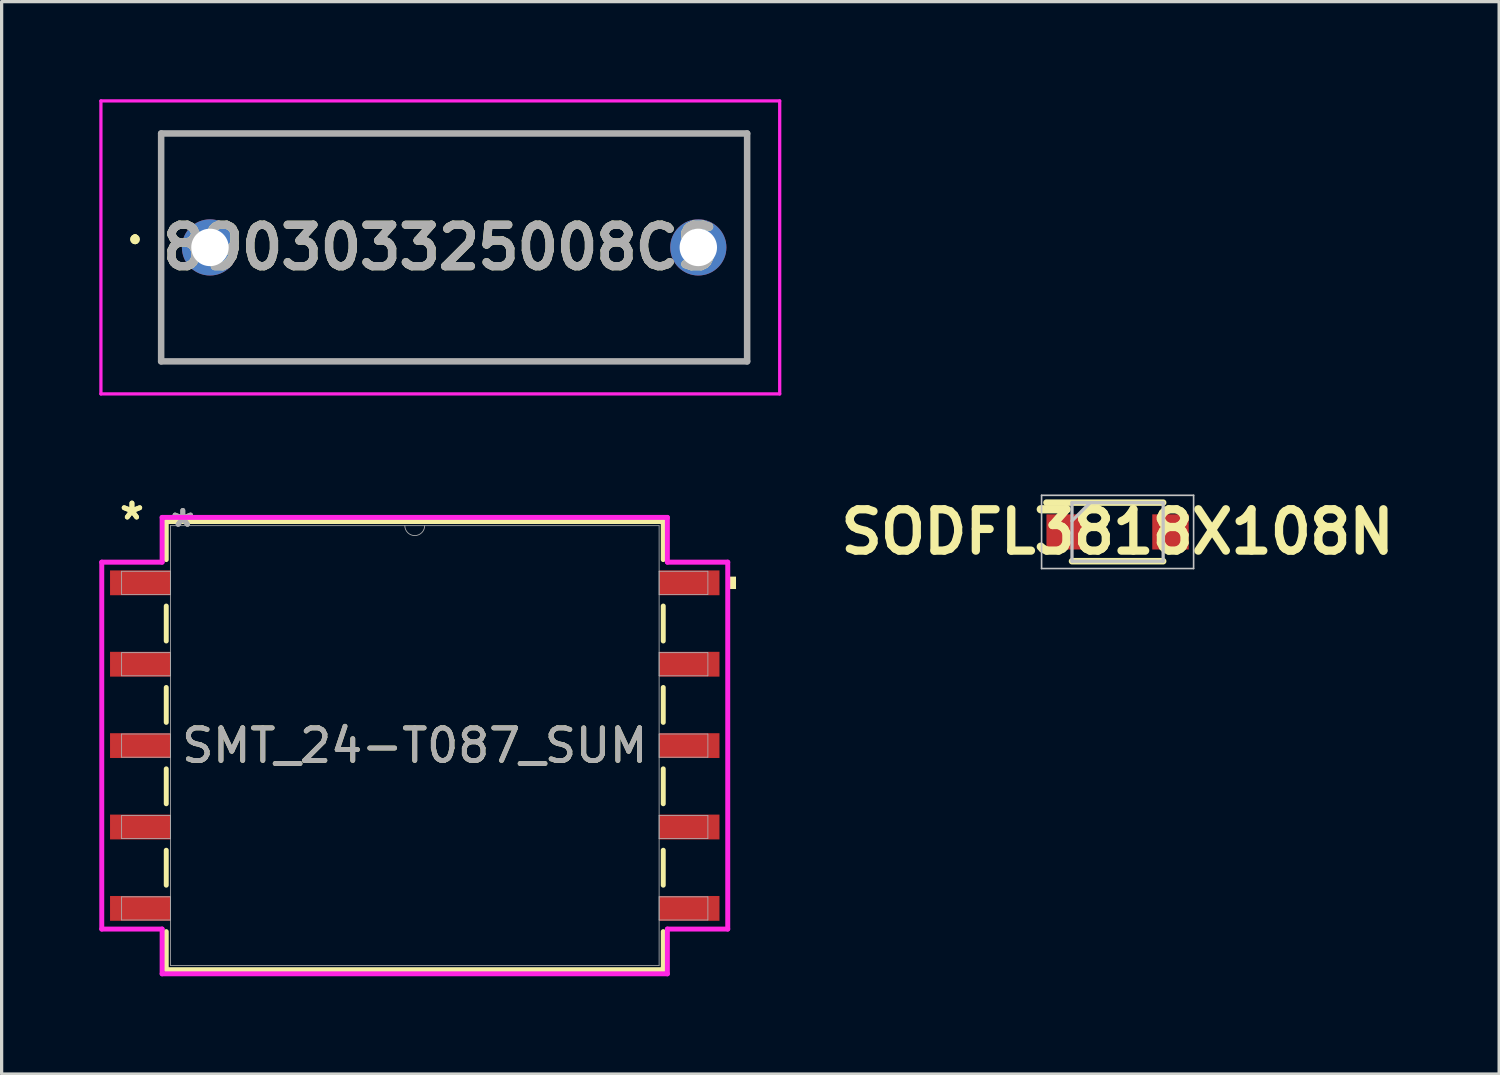
<source format=kicad_pcb>
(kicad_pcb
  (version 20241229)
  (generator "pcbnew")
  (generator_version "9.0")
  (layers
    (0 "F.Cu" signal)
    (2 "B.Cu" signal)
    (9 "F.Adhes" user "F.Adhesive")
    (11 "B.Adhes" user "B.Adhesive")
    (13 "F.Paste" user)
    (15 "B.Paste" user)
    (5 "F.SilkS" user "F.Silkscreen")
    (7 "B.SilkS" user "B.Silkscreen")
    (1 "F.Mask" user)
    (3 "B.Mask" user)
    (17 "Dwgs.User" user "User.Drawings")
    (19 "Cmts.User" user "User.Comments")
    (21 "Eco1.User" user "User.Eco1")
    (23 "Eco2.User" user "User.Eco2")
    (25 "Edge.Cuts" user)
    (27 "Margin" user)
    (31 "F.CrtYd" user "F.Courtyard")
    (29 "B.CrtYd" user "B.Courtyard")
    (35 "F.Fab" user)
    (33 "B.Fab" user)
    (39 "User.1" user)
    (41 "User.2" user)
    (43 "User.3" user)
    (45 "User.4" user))
  (footprint "890303325008CS"
    (layer "F.Cu")
    (at 3.4 4.55)
    (property "Reference" "890303325008CS" (at 7.075 0 0) (layer "F.SilkS") (effects (font (size 1.27 1.27) (thickness 0.254))))
    (attr through_hole)
    (fp_line (start -2.3 -0.3) (end -2.3 -0.3) (stroke (width 0.2) (type solid)) (layer "F.SilkS"))
    (fp_line (start -2.3 -0.3) (end -2.3 -0.3) (stroke (width 0.2) (type solid)) (layer "F.SilkS"))
    (fp_line (start -2.3 -0.2) (end -2.3 -0.2) (stroke (width 0.2) (type solid)) (layer "F.SilkS"))
    (fp_line (start -1.5 -3.5) (end 16.5 -3.5) (stroke (width 0.1) (type solid)) (layer "F.SilkS"))
    (fp_line (start -1.5 3.5) (end -1.5 -3.5) (stroke (width 0.1) (type solid)) (layer "F.SilkS"))
    (fp_line (start 16.5 -3.5) (end 16.5 3.5) (stroke (width 0.1) (type solid)) (layer "F.SilkS"))
    (fp_line (start 16.5 3.5) (end -1.5 3.5) (stroke (width 0.1) (type solid)) (layer "F.SilkS"))
    (fp_arc (start -2.3 -0.3) (mid -2.25 -0.25) (end -2.3 -0.2) (stroke (width 0.2) (type solid)) (layer "F.SilkS"))
    (fp_arc (start -2.3 -0.2) (mid -2.35 -0.25) (end -2.3 -0.3) (stroke (width 0.2) (type solid)) (layer "F.SilkS"))
    (fp_arc (start -2.3 -0.2) (mid -2.35 -0.25) (end -2.3 -0.3) (stroke (width 0.2) (type solid)) (layer "F.SilkS"))
    (fp_line (start -3.35 -4.5) (end 17.5 -4.5) (stroke (width 0.1) (type solid)) (layer "F.CrtYd"))
    (fp_line (start -3.35 4.5) (end -3.35 -4.5) (stroke (width 0.1) (type solid)) (layer "F.CrtYd"))
    (fp_line (start 17.5 -4.5) (end 17.5 4.5) (stroke (width 0.1) (type solid)) (layer "F.CrtYd"))
    (fp_line (start 17.5 4.5) (end -3.35 4.5) (stroke (width 0.1) (type solid)) (layer "F.CrtYd"))
    (fp_line (start -1.5 -3.5) (end 16.5 -3.5) (stroke (width 0.2) (type solid)) (layer "F.Fab"))
    (fp_line (start -1.5 3.5) (end -1.5 -3.5) (stroke (width 0.2) (type solid)) (layer "F.Fab"))
    (fp_line (start 16.5 -3.5) (end 16.5 3.5) (stroke (width 0.2) (type solid)) (layer "F.Fab"))
    (fp_line (start 16.5 3.5) (end -1.5 3.5) (stroke (width 0.2) (type solid)) (layer "F.Fab"))
    (fp_text user "${REFERENCE}" (at 7.075 0 0) (layer "F.Fab") (effects (font (size 1.27 1.27) (thickness 0.254))))
    (pad "1" thru_hole circle (at 0 0) (size 1.725 1.725) (drill 1.15) (layers "*.Cu" "*.Mask"))
    (pad "2" thru_hole circle (at 15 0) (size 1.725 1.725) (drill 1.15) (layers "*.Cu" "*.Mask")))
  (footprint "SODFL3818X108N"
    (layer "F.Cu")
    (at 31.279 13.289)
    (property "Reference" "SODFL3818X108N" (at 0 0 0) (unlocked yes) (layer "F.SilkS") (effects (font (size 1.27 1.27) (thickness 0.254))))
    (attr smd)
    (fp_line (start -2.185 -0.9) (end 1.4 -0.9) (stroke (width 0.2) (type solid)) (layer "F.SilkS"))
    (fp_line (start -1.4 0.9) (end 1.4 0.9) (stroke (width 0.2) (type solid)) (layer "F.SilkS"))
    (fp_line (start -2.335 -1.125) (end 2.335 -1.125) (stroke (width 0.05) (type solid)) (layer "Dwgs.User"))
    (fp_line (start -2.335 1.125) (end -2.335 -1.125) (stroke (width 0.05) (type solid)) (layer "Dwgs.User"))
    (fp_line (start -1.4 -0.9) (end 1.4 -0.9) (stroke (width 0.1) (type solid)) (layer "Dwgs.User"))
    (fp_line (start -1.4 -0.34) (end -0.84 -0.9) (stroke (width 0.1) (type solid)) (layer "Dwgs.User"))
    (fp_line (start -1.4 0.9) (end -1.4 -0.9) (stroke (width 0.1) (type solid)) (layer "Dwgs.User"))
    (fp_line (start 1.4 -0.9) (end 1.4 0.9) (stroke (width 0.1) (type solid)) (layer "Dwgs.User"))
    (fp_line (start 1.4 0.9) (end -1.4 0.9) (stroke (width 0.1) (type solid)) (layer "Dwgs.User"))
    (fp_line (start 2.335 -1.125) (end 2.335 1.125) (stroke (width 0.05) (type solid)) (layer "Dwgs.User"))
    (fp_line (start 2.335 1.125) (end -2.335 1.125) (stroke (width 0.05) (type solid)) (layer "Dwgs.User"))
    (pad "1" smd rect (at -1.625 0 90) (size 1.08 1.12) (layers "F.Cu" "F.Mask" "F.Paste"))
    (pad "2" smd rect (at 1.625 0 90) (size 1.08 1.12) (layers "F.Cu" "F.Mask" "F.Paste")))
  (footprint "SMT_24-T087_SUM"
    (layer "F.Cu")
    (at 9.69 19.853)
    (property "Reference" "SMT_24-T087_SUM" (at 0 0 0) (unlocked yes) (layer "F.SilkS") (effects (font (size 1 1) (thickness 0.15))))
    (attr smd)
    (fp_line (start -7.633 -6.883) (end -7.633 -5.714) (stroke (width 0.152) (type solid)) (layer "F.SilkS"))
    (fp_line (start -7.633 -4.287) (end -7.633 -3.214) (stroke (width 0.152) (type solid)) (layer "F.SilkS"))
    (fp_line (start -7.633 -1.786) (end -7.633 -0.714) (stroke (width 0.152) (type solid)) (layer "F.SilkS"))
    (fp_line (start -7.633 0.714) (end -7.633 1.786) (stroke (width 0.152) (type solid)) (layer "F.SilkS"))
    (fp_line (start -7.633 3.214) (end -7.633 4.287) (stroke (width 0.152) (type solid)) (layer "F.SilkS"))
    (fp_line (start -7.633 5.714) (end -7.633 6.883) (stroke (width 0.152) (type solid)) (layer "F.SilkS"))
    (fp_line (start -7.633 6.883) (end 7.633 6.883) (stroke (width 0.152) (type solid)) (layer "F.SilkS"))
    (fp_line (start 7.633 -6.883) (end -7.633 -6.883) (stroke (width 0.152) (type solid)) (layer "F.SilkS"))
    (fp_line (start 7.633 -5.714) (end 7.633 -6.883) (stroke (width 0.152) (type solid)) (layer "F.SilkS"))
    (fp_line (start 7.633 -3.214) (end 7.633 -4.287) (stroke (width 0.152) (type solid)) (layer "F.SilkS"))
    (fp_line (start 7.633 -0.714) (end 7.633 -1.786) (stroke (width 0.152) (type solid)) (layer "F.SilkS"))
    (fp_line (start 7.633 1.786) (end 7.633 0.714) (stroke (width 0.152) (type solid)) (layer "F.SilkS"))
    (fp_line (start 7.633 4.287) (end 7.633 3.214) (stroke (width 0.152) (type solid)) (layer "F.SilkS"))
    (fp_line (start 7.633 6.883) (end 7.633 5.714) (stroke (width 0.152) (type solid)) (layer "F.SilkS"))
    (fp_poly (pts (xy 9.868 -5.191) (xy 9.868 -4.81) (xy 9.614 -4.81) (xy 9.614 -5.191)) (stroke (width 0) (type solid)) (fill yes) (layer "F.SilkS"))
    (fp_line (start -9.614 -5.635) (end -7.76 -5.635) (stroke (width 0.152) (type solid)) (layer "F.CrtYd"))
    (fp_line (start -9.614 5.635) (end -9.614 -5.635) (stroke (width 0.152) (type solid)) (layer "F.CrtYd"))
    (fp_line (start -9.614 5.635) (end -7.76 5.635) (stroke (width 0.152) (type solid)) (layer "F.CrtYd"))
    (fp_line (start -7.76 -7.01) (end 7.76 -7.01) (stroke (width 0.152) (type solid)) (layer "F.CrtYd"))
    (fp_line (start -7.76 -5.635) (end -7.76 -7.01) (stroke (width 0.152) (type solid)) (layer "F.CrtYd"))
    (fp_line (start -7.76 7.01) (end -7.76 5.635) (stroke (width 0.152) (type solid)) (layer "F.CrtYd"))
    (fp_line (start 7.76 -7.01) (end 7.76 -5.635) (stroke (width 0.152) (type solid)) (layer "F.CrtYd"))
    (fp_line (start 7.76 5.635) (end 7.76 7.01) (stroke (width 0.152) (type solid)) (layer "F.CrtYd"))
    (fp_line (start 7.76 7.01) (end -7.76 7.01) (stroke (width 0.152) (type solid)) (layer "F.CrtYd"))
    (fp_line (start 9.614 -5.635) (end 7.76 -5.635) (stroke (width 0.152) (type solid)) (layer "F.CrtYd"))
    (fp_line (start 9.614 -5.635) (end 9.614 5.635) (stroke (width 0.152) (type solid)) (layer "F.CrtYd"))
    (fp_line (start 9.614 5.635) (end 7.76 5.635) (stroke (width 0.152) (type solid)) (layer "F.CrtYd"))
    (fp_line (start -9.004 -5.356) (end -9.004 -4.645) (stroke (width 0.025) (type solid)) (layer "F.Fab"))
    (fp_line (start -9.004 -4.645) (end -7.506 -4.645) (stroke (width 0.025) (type solid)) (layer "F.Fab"))
    (fp_line (start -9.004 -2.856) (end -9.004 -2.145) (stroke (width 0.025) (type solid)) (layer "F.Fab"))
    (fp_line (start -9.004 -2.145) (end -7.506 -2.145) (stroke (width 0.025) (type solid)) (layer "F.Fab"))
    (fp_line (start -9.004 -0.356) (end -9.004 0.356) (stroke (width 0.025) (type solid)) (layer "F.Fab"))
    (fp_line (start -9.004 0.356) (end -7.506 0.356) (stroke (width 0.025) (type solid)) (layer "F.Fab"))
    (fp_line (start -9.004 2.145) (end -9.004 2.856) (stroke (width 0.025) (type solid)) (layer "F.Fab"))
    (fp_line (start -9.004 2.856) (end -7.506 2.856) (stroke (width 0.025) (type solid)) (layer "F.Fab"))
    (fp_line (start -9.004 4.645) (end -9.004 5.356) (stroke (width 0.025) (type solid)) (layer "F.Fab"))
    (fp_line (start -9.004 5.356) (end -7.506 5.356) (stroke (width 0.025) (type solid)) (layer "F.Fab"))
    (fp_line (start -7.506 -6.756) (end -7.506 6.756) (stroke (width 0.025) (type solid)) (layer "F.Fab"))
    (fp_line (start -7.506 -5.356) (end -9.004 -5.356) (stroke (width 0.025) (type solid)) (layer "F.Fab"))
    (fp_line (start -7.506 -4.645) (end -7.506 -5.356) (stroke (width 0.025) (type solid)) (layer "F.Fab"))
    (fp_line (start -7.506 -2.856) (end -9.004 -2.856) (stroke (width 0.025) (type solid)) (layer "F.Fab"))
    (fp_line (start -7.506 -2.145) (end -7.506 -2.856) (stroke (width 0.025) (type solid)) (layer "F.Fab"))
    (fp_line (start -7.506 -0.356) (end -9.004 -0.356) (stroke (width 0.025) (type solid)) (layer "F.Fab"))
    (fp_line (start -7.506 0.356) (end -7.506 -0.356) (stroke (width 0.025) (type solid)) (layer "F.Fab"))
    (fp_line (start -7.506 2.145) (end -9.004 2.145) (stroke (width 0.025) (type solid)) (layer "F.Fab"))
    (fp_line (start -7.506 2.856) (end -7.506 2.145) (stroke (width 0.025) (type solid)) (layer "F.Fab"))
    (fp_line (start -7.506 4.645) (end -9.004 4.645) (stroke (width 0.025) (type solid)) (layer "F.Fab"))
    (fp_line (start -7.506 5.356) (end -7.506 4.645) (stroke (width 0.025) (type solid)) (layer "F.Fab"))
    (fp_line (start -7.506 6.756) (end 7.506 6.756) (stroke (width 0.025) (type solid)) (layer "F.Fab"))
    (fp_line (start 7.506 -6.756) (end -7.506 -6.756) (stroke (width 0.025) (type solid)) (layer "F.Fab"))
    (fp_line (start 7.506 -5.356) (end 7.506 -4.645) (stroke (width 0.025) (type solid)) (layer "F.Fab"))
    (fp_line (start 7.506 -4.645) (end 9.004 -4.645) (stroke (width 0.025) (type solid)) (layer "F.Fab"))
    (fp_line (start 7.506 -2.856) (end 7.506 -2.145) (stroke (width 0.025) (type solid)) (layer "F.Fab"))
    (fp_line (start 7.506 -2.145) (end 9.004 -2.145) (stroke (width 0.025) (type solid)) (layer "F.Fab"))
    (fp_line (start 7.506 -0.356) (end 7.506 0.356) (stroke (width 0.025) (type solid)) (layer "F.Fab"))
    (fp_line (start 7.506 0.356) (end 9.004 0.356) (stroke (width 0.025) (type solid)) (layer "F.Fab"))
    (fp_line (start 7.506 2.145) (end 7.506 2.856) (stroke (width 0.025) (type solid)) (layer "F.Fab"))
    (fp_line (start 7.506 2.856) (end 9.004 2.856) (stroke (width 0.025) (type solid)) (layer "F.Fab"))
    (fp_line (start 7.506 4.645) (end 7.506 5.356) (stroke (width 0.025) (type solid)) (layer "F.Fab"))
    (fp_line (start 7.506 5.356) (end 9.004 5.356) (stroke (width 0.025) (type solid)) (layer "F.Fab"))
    (fp_line (start 7.506 6.756) (end 7.506 -6.756) (stroke (width 0.025) (type solid)) (layer "F.Fab"))
    (fp_line (start 9.004 -5.356) (end 7.506 -5.356) (stroke (width 0.025) (type solid)) (layer "F.Fab"))
    (fp_line (start 9.004 -4.645) (end 9.004 -5.356) (stroke (width 0.025) (type solid)) (layer "F.Fab"))
    (fp_line (start 9.004 -2.856) (end 7.506 -2.856) (stroke (width 0.025) (type solid)) (layer "F.Fab"))
    (fp_line (start 9.004 -2.145) (end 9.004 -2.856) (stroke (width 0.025) (type solid)) (layer "F.Fab"))
    (fp_line (start 9.004 -0.356) (end 7.506 -0.356) (stroke (width 0.025) (type solid)) (layer "F.Fab"))
    (fp_line (start 9.004 0.356) (end 9.004 -0.356) (stroke (width 0.025) (type solid)) (layer "F.Fab"))
    (fp_line (start 9.004 2.145) (end 7.506 2.145) (stroke (width 0.025) (type solid)) (layer "F.Fab"))
    (fp_line (start 9.004 2.856) (end 9.004 2.145) (stroke (width 0.025) (type solid)) (layer "F.Fab"))
    (fp_line (start 9.004 4.645) (end 7.506 4.645) (stroke (width 0.025) (type solid)) (layer "F.Fab"))
    (fp_line (start 9.004 5.356) (end 9.004 4.645) (stroke (width 0.025) (type solid)) (layer "F.Fab"))
    (fp_arc (start 0.3048 -6.7564) (mid 0 -6.4516) (end -0.3048 -6.7564) (stroke (width 0.0254) (type solid)) (layer "F.Fab"))
    (fp_text user "*" (at -8.687 -6.905 0) (unlocked yes) (layer "F.SilkS") (effects (font (size 1 1) (thickness 0.15))))
    (fp_text user "*" (at -8.687 -6.905 0) (layer "F.SilkS") (effects (font (size 1 1) (thickness 0.15))))
    (fp_text user "*" (at -7.125 -6.68 0) (unlocked yes) (layer "F.Fab") (effects (font (size 1 1) (thickness 0.15))))
    (fp_text user "*" (at -7.125 -6.68 0) (layer "F.Fab") (effects (font (size 1 1) (thickness 0.15))))
    (fp_text user "${REFERENCE}" (at 0 0 0) (unlocked yes) (layer "F.Fab") (effects (font (size 1 1) (thickness 0.15))))
    (pad "1" smd rect (at -8.433 -5) (size 1.854 0.762) (layers "F.Cu" "F.Mask" "F.Paste"))
    (pad "2" smd rect (at -8.433 -2.5) (size 1.854 0.762) (layers "F.Cu" "F.Mask" "F.Paste"))
    (pad "3" smd rect (at -8.433 0) (size 1.854 0.762) (layers "F.Cu" "F.Mask" "F.Paste"))
    (pad "4" smd rect (at -8.433 2.5) (size 1.854 0.762) (layers "F.Cu" "F.Mask" "F.Paste"))
    (pad "5" smd rect (at -8.433 5) (size 1.854 0.762) (layers "F.Cu" "F.Mask" "F.Paste"))
    (pad "6" smd rect (at 8.433 5) (size 1.854 0.762) (layers "F.Cu" "F.Mask" "F.Paste"))
    (pad "7" smd rect (at 8.433 2.5) (size 1.854 0.762) (layers "F.Cu" "F.Mask" "F.Paste"))
    (pad "8" smd rect (at 8.433 0) (size 1.854 0.762) (layers "F.Cu" "F.Mask" "F.Paste"))
    (pad "9" smd rect (at 8.433 -2.5) (size 1.854 0.762) (layers "F.Cu" "F.Mask" "F.Paste"))
    (pad "10" smd rect (at 8.433 -5) (size 1.854 0.762) (layers "F.Cu" "F.Mask" "F.Paste")))
  (gr_rect
    (start -3 -3)
    (end 42.999 29.94)
    (stroke (width 0.1) (type default))
    (fill no)
    (layer "Edge.Cuts")))
</source>
